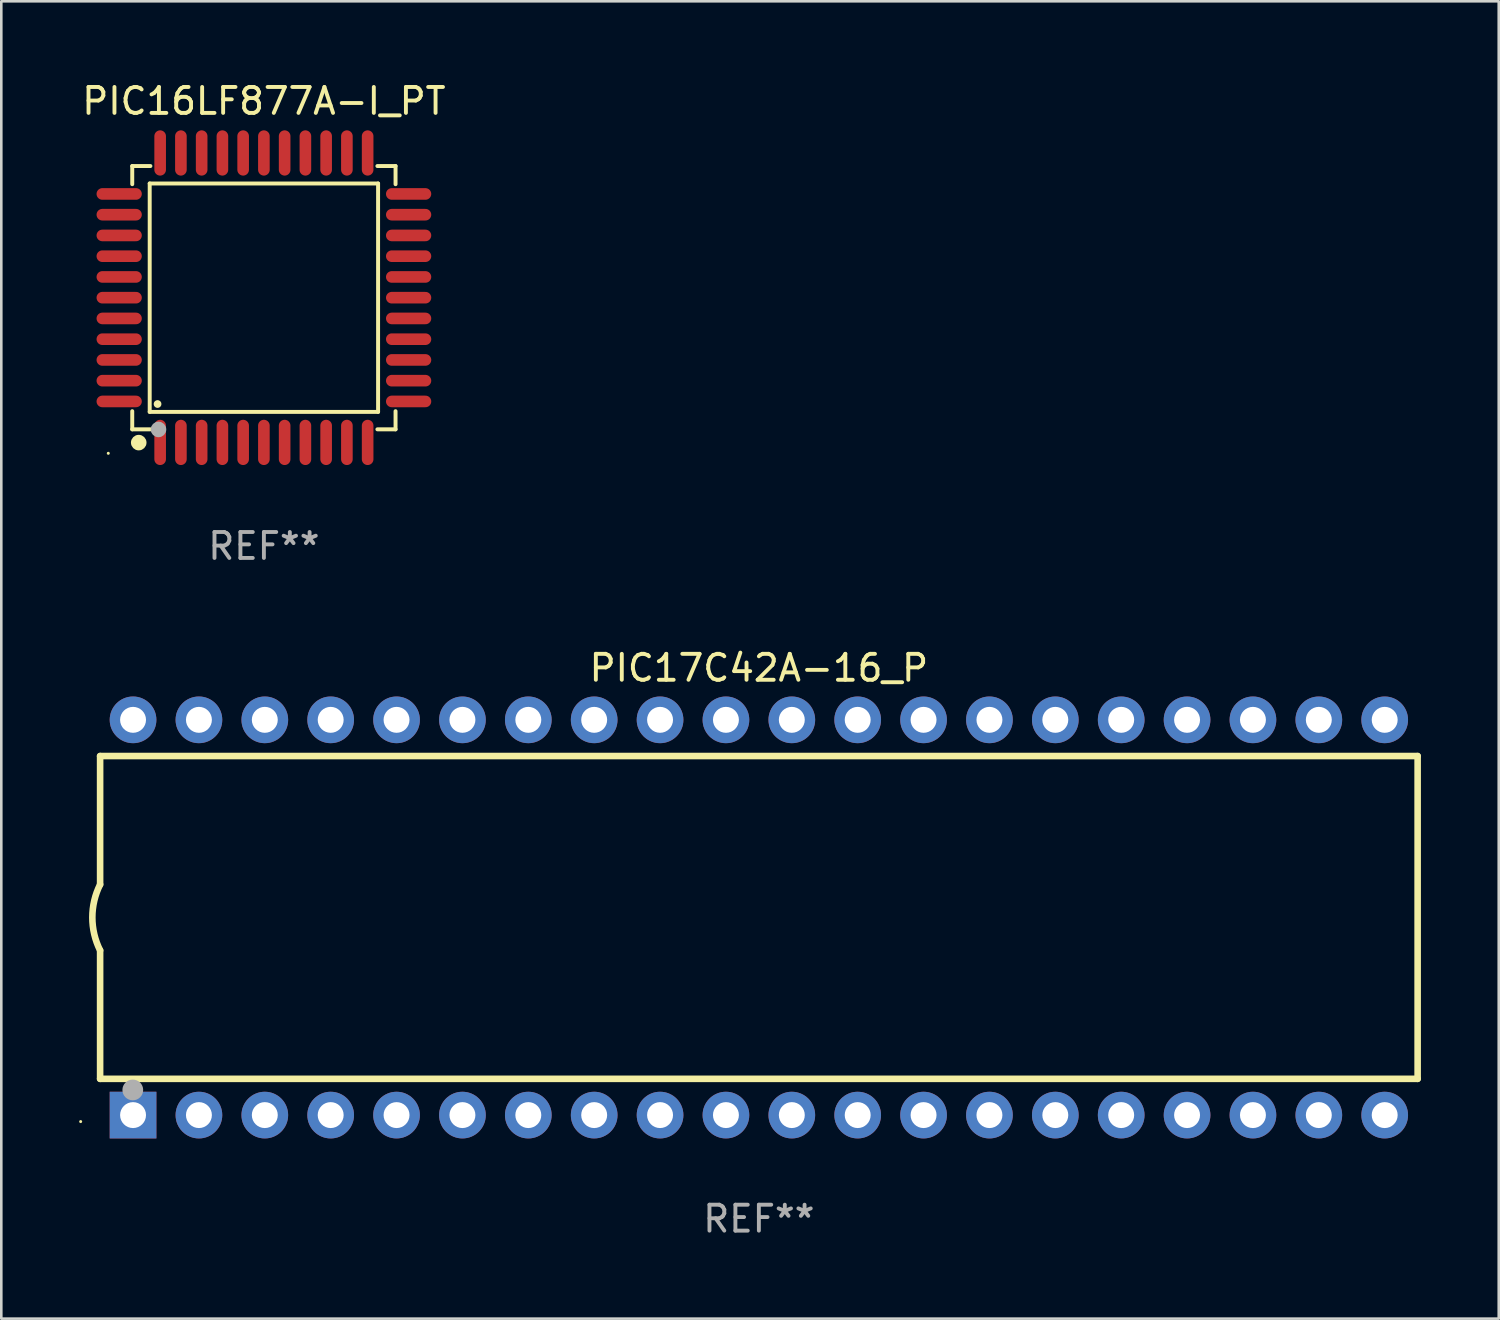
<source format=kicad_pcb>
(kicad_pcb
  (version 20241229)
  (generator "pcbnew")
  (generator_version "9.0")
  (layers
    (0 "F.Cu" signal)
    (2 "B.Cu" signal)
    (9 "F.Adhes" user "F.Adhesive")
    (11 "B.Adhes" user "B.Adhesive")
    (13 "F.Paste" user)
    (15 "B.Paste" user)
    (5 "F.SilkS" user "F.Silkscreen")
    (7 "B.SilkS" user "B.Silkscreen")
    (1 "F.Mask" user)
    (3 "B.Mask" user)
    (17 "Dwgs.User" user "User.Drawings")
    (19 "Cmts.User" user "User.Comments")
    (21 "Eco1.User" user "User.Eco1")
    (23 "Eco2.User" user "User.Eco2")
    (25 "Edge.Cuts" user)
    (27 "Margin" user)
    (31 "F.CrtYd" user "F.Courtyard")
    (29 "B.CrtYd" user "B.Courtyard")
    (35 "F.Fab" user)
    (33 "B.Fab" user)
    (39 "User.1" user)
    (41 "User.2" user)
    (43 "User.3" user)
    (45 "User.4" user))
  (footprint "PIC16LF877A-I_PT"
    (layer "F.Cu")
    (at 7.125 8.428)
    (property "Reference" "PIC16LF877A-I_PT" (at 0 -7.58 0) (layer "F.SilkS") (effects (font (size 1 1) (thickness 0.15))))
    (attr through_hole)
    (fp_line (start -5.076 -5.076) (end -5.076 -4.376) (stroke (width 0.152) (type solid)) (layer "F.SilkS"))
    (fp_line (start -5.076 5.076) (end -5.076 4.376) (stroke (width 0.152) (type solid)) (layer "F.SilkS"))
    (fp_line (start -4.403 -4.403) (end 4.403 -4.403) (stroke (width 0.152) (type solid)) (layer "F.SilkS"))
    (fp_line (start -4.403 4.403) (end -4.403 -4.403) (stroke (width 0.152) (type solid)) (layer "F.SilkS"))
    (fp_line (start -4.376 -5.076) (end -5.076 -5.076) (stroke (width 0.152) (type solid)) (layer "F.SilkS"))
    (fp_line (start -4.376 5.076) (end -5.076 5.076) (stroke (width 0.152) (type solid)) (layer "F.SilkS"))
    (fp_line (start 4.376 -5.076) (end 5.076 -5.076) (stroke (width 0.152) (type solid)) (layer "F.SilkS"))
    (fp_line (start 4.376 5.076) (end 5.076 5.076) (stroke (width 0.152) (type solid)) (layer "F.SilkS"))
    (fp_line (start 4.403 -4.403) (end 4.403 4.403) (stroke (width 0.152) (type solid)) (layer "F.SilkS"))
    (fp_line (start 4.403 4.403) (end -4.403 4.403) (stroke (width 0.152) (type solid)) (layer "F.SilkS"))
    (fp_line (start 5.076 -5.076) (end 5.076 -4.376) (stroke (width 0.152) (type solid)) (layer "F.SilkS"))
    (fp_line (start 5.076 5.076) (end 5.076 4.376) (stroke (width 0.152) (type solid)) (layer "F.SilkS"))
    (fp_circle (center -6 6) (end -5.97 6) (stroke (width 0.06) (type solid)) (fill no) (layer "F.SilkS"))
    (fp_circle (center -4.826 5.588) (end -4.676 5.588) (stroke (width 0.3) (type solid)) (fill no) (layer "F.SilkS"))
    (fp_circle (center -4.1 4.1) (end -4.025 4.1) (stroke (width 0.15) (type solid)) (fill no) (layer "F.SilkS"))
    (fp_circle (center -4.064 5.08) (end -3.914 5.08) (stroke (width 0.3) (type solid)) (fill no) (layer "F.Fab"))
    (fp_text user "REF**" (at 0 9.58 0) (layer "F.Fab") (effects (font (size 1 1) (thickness 0.15))))
    (pad "1" smd oval (at -4 5.58) (size 0.448 1.745) (layers "F.Cu" "F.Mask" "F.Paste"))
    (pad "2" smd oval (at -3.2 5.58) (size 0.448 1.745) (layers "F.Cu" "F.Mask" "F.Paste"))
    (pad "3" smd oval (at -2.4 5.58) (size 0.448 1.745) (layers "F.Cu" "F.Mask" "F.Paste"))
    (pad "4" smd oval (at -1.6 5.58) (size 0.448 1.745) (layers "F.Cu" "F.Mask" "F.Paste"))
    (pad "5" smd oval (at -0.8 5.58) (size 0.448 1.745) (layers "F.Cu" "F.Mask" "F.Paste"))
    (pad "6" smd oval (at 0 5.58) (size 0.448 1.745) (layers "F.Cu" "F.Mask" "F.Paste"))
    (pad "7" smd oval (at 0.8 5.58) (size 0.448 1.745) (layers "F.Cu" "F.Mask" "F.Paste"))
    (pad "8" smd oval (at 1.6 5.58) (size 0.448 1.745) (layers "F.Cu" "F.Mask" "F.Paste"))
    (pad "9" smd oval (at 2.4 5.58) (size 0.448 1.745) (layers "F.Cu" "F.Mask" "F.Paste"))
    (pad "10" smd oval (at 3.2 5.58) (size 0.448 1.745) (layers "F.Cu" "F.Mask" "F.Paste"))
    (pad "11" smd oval (at 4 5.58) (size 0.448 1.745) (layers "F.Cu" "F.Mask" "F.Paste"))
    (pad "12" smd oval (at 5.58 4) (size 1.745 0.448) (layers "F.Cu" "F.Mask" "F.Paste"))
    (pad "13" smd oval (at 5.58 3.2) (size 1.745 0.448) (layers "F.Cu" "F.Mask" "F.Paste"))
    (pad "14" smd oval (at 5.58 2.4) (size 1.745 0.448) (layers "F.Cu" "F.Mask" "F.Paste"))
    (pad "15" smd oval (at 5.58 1.6) (size 1.745 0.448) (layers "F.Cu" "F.Mask" "F.Paste"))
    (pad "16" smd oval (at 5.58 0.8) (size 1.745 0.448) (layers "F.Cu" "F.Mask" "F.Paste"))
    (pad "17" smd oval (at 5.58 0) (size 1.745 0.448) (layers "F.Cu" "F.Mask" "F.Paste"))
    (pad "18" smd oval (at 5.58 -0.8) (size 1.745 0.448) (layers "F.Cu" "F.Mask" "F.Paste"))
    (pad "19" smd oval (at 5.58 -1.6) (size 1.745 0.448) (layers "F.Cu" "F.Mask" "F.Paste"))
    (pad "20" smd oval (at 5.58 -2.4) (size 1.745 0.448) (layers "F.Cu" "F.Mask" "F.Paste"))
    (pad "21" smd oval (at 5.58 -3.2) (size 1.745 0.448) (layers "F.Cu" "F.Mask" "F.Paste"))
    (pad "22" smd oval (at 5.58 -4) (size 1.745 0.448) (layers "F.Cu" "F.Mask" "F.Paste"))
    (pad "23" smd oval (at 4 -5.58) (size 0.448 1.745) (layers "F.Cu" "F.Mask" "F.Paste"))
    (pad "24" smd oval (at 3.2 -5.58) (size 0.448 1.745) (layers "F.Cu" "F.Mask" "F.Paste"))
    (pad "25" smd oval (at 2.4 -5.58) (size 0.448 1.745) (layers "F.Cu" "F.Mask" "F.Paste"))
    (pad "26" smd oval (at 1.6 -5.58) (size 0.448 1.745) (layers "F.Cu" "F.Mask" "F.Paste"))
    (pad "27" smd oval (at 0.8 -5.58) (size 0.448 1.745) (layers "F.Cu" "F.Mask" "F.Paste"))
    (pad "28" smd oval (at 0 -5.58) (size 0.448 1.745) (layers "F.Cu" "F.Mask" "F.Paste"))
    (pad "29" smd oval (at -0.8 -5.58) (size 0.448 1.745) (layers "F.Cu" "F.Mask" "F.Paste"))
    (pad "30" smd oval (at -1.6 -5.58) (size 0.448 1.745) (layers "F.Cu" "F.Mask" "F.Paste"))
    (pad "31" smd oval (at -2.4 -5.58) (size 0.448 1.745) (layers "F.Cu" "F.Mask" "F.Paste"))
    (pad "32" smd oval (at -3.2 -5.58) (size 0.448 1.745) (layers "F.Cu" "F.Mask" "F.Paste"))
    (pad "33" smd oval (at -4 -5.58) (size 0.448 1.745) (layers "F.Cu" "F.Mask" "F.Paste"))
    (pad "34" smd oval (at -5.58 -4) (size 1.745 0.448) (layers "F.Cu" "F.Mask" "F.Paste"))
    (pad "35" smd oval (at -5.58 -3.2) (size 1.745 0.448) (layers "F.Cu" "F.Mask" "F.Paste"))
    (pad "36" smd oval (at -5.58 -2.4) (size 1.745 0.448) (layers "F.Cu" "F.Mask" "F.Paste"))
    (pad "37" smd oval (at -5.58 -1.6) (size 1.745 0.448) (layers "F.Cu" "F.Mask" "F.Paste"))
    (pad "38" smd oval (at -5.58 -0.8) (size 1.745 0.448) (layers "F.Cu" "F.Mask" "F.Paste"))
    (pad "39" smd oval (at -5.58 0) (size 1.745 0.448) (layers "F.Cu" "F.Mask" "F.Paste"))
    (pad "40" smd oval (at -5.58 0.8) (size 1.745 0.448) (layers "F.Cu" "F.Mask" "F.Paste"))
    (pad "41" smd oval (at -5.58 1.6) (size 1.745 0.448) (layers "F.Cu" "F.Mask" "F.Paste"))
    (pad "42" smd oval (at -5.58 2.4) (size 1.745 0.448) (layers "F.Cu" "F.Mask" "F.Paste"))
    (pad "43" smd oval (at -5.58 3.2) (size 1.745 0.448) (layers "F.Cu" "F.Mask" "F.Paste"))
    (pad "44" smd oval (at -5.58 4) (size 1.745 0.448) (layers "F.Cu" "F.Mask" "F.Paste")))
  (footprint "PIC17C42A-16_P"
    (layer "F.Cu")
    (at 26.21 32.325)
    (property "Reference" "PIC17C42A-16_P" (at 0 -9.62 0) (layer "F.SilkS") (effects (font (size 1 1) (thickness 0.15))))
    (attr through_hole)
    (fp_line (start -25.4 -6.224) (end -25.4 -1.271) (stroke (width 0.254) (type solid)) (layer "F.SilkS"))
    (fp_line (start -25.4 -6.224) (end 25.4 -6.224) (stroke (width 0.254) (type solid)) (layer "F.SilkS"))
    (fp_line (start -25.4 1.269) (end -25.4 6.222) (stroke (width 0.254) (type solid)) (layer "F.SilkS"))
    (fp_line (start -25.4 6.222) (end 25.4 6.222) (stroke (width 0.254) (type solid)) (layer "F.SilkS"))
    (fp_line (start 25.4 6.222) (end 25.4 -6.224) (stroke (width 0.254) (type solid)) (layer "F.SilkS"))
    (fp_arc (start -25.4 1.269241) (mid -25.699807 -0.000762) (end -25.4 -1.270765) (stroke (width 0.254001) (type solid)) (layer "F.SilkS"))
    (fp_circle (center -26.15 7.87) (end -26.12 7.87) (stroke (width 0.06) (type solid)) (fill no) (layer "F.SilkS"))
    (fp_circle (center -24.14 6.65) (end -23.94 6.65) (stroke (width 0.4) (type solid)) (fill no) (layer "F.Fab"))
    (fp_text user "REF**" (at 0 11.62 0) (layer "F.Fab") (effects (font (size 1 1) (thickness 0.15))))
    (pad "1" thru_hole rect (at -24.13 7.62 90) (size 1.8 1.8) (drill 1) (layers "*.Cu" "*.Mask"))
    (pad "2" thru_hole circle (at -21.59 7.62) (size 1.8 1.8) (drill 1) (layers "*.Cu" "*.Mask"))
    (pad "3" thru_hole circle (at -19.05 7.62) (size 1.8 1.8) (drill 1) (layers "*.Cu" "*.Mask"))
    (pad "4" thru_hole circle (at -16.51 7.62) (size 1.8 1.8) (drill 1) (layers "*.Cu" "*.Mask"))
    (pad "5" thru_hole circle (at -13.97 7.62) (size 1.8 1.8) (drill 1) (layers "*.Cu" "*.Mask"))
    (pad "6" thru_hole circle (at -11.43 7.62) (size 1.8 1.8) (drill 1) (layers "*.Cu" "*.Mask"))
    (pad "7" thru_hole circle (at -8.89 7.62) (size 1.8 1.8) (drill 1) (layers "*.Cu" "*.Mask"))
    (pad "8" thru_hole circle (at -6.35 7.62) (size 1.8 1.8) (drill 1) (layers "*.Cu" "*.Mask"))
    (pad "9" thru_hole circle (at -3.81 7.62) (size 1.8 1.8) (drill 1) (layers "*.Cu" "*.Mask"))
    (pad "10" thru_hole circle (at -1.27 7.62) (size 1.8 1.8) (drill 1) (layers "*.Cu" "*.Mask"))
    (pad "11" thru_hole circle (at 1.27 7.62) (size 1.8 1.8) (drill 1) (layers "*.Cu" "*.Mask"))
    (pad "12" thru_hole circle (at 3.81 7.62) (size 1.8 1.8) (drill 1) (layers "*.Cu" "*.Mask"))
    (pad "13" thru_hole circle (at 6.35 7.62) (size 1.8 1.8) (drill 1) (layers "*.Cu" "*.Mask"))
    (pad "14" thru_hole circle (at 8.89 7.62) (size 1.8 1.8) (drill 1) (layers "*.Cu" "*.Mask"))
    (pad "15" thru_hole circle (at 11.43 7.62) (size 1.8 1.8) (drill 1) (layers "*.Cu" "*.Mask"))
    (pad "16" thru_hole circle (at 13.97 7.62) (size 1.8 1.8) (drill 1) (layers "*.Cu" "*.Mask"))
    (pad "17" thru_hole circle (at 16.51 7.62) (size 1.8 1.8) (drill 1) (layers "*.Cu" "*.Mask"))
    (pad "18" thru_hole circle (at 19.05 7.62) (size 1.8 1.8) (drill 1) (layers "*.Cu" "*.Mask"))
    (pad "19" thru_hole circle (at 21.59 7.62) (size 1.8 1.8) (drill 1) (layers "*.Cu" "*.Mask"))
    (pad "20" thru_hole circle (at 24.13 7.62) (size 1.8 1.8) (drill 1) (layers "*.Cu" "*.Mask"))
    (pad "21" thru_hole circle (at 24.13 -7.62) (size 1.8 1.8) (drill 1) (layers "*.Cu" "*.Mask"))
    (pad "22" thru_hole circle (at 21.59 -7.62) (size 1.8 1.8) (drill 1) (layers "*.Cu" "*.Mask"))
    (pad "23" thru_hole circle (at 19.05 -7.62) (size 1.8 1.8) (drill 1) (layers "*.Cu" "*.Mask"))
    (pad "24" thru_hole circle (at 16.51 -7.62) (size 1.8 1.8) (drill 1) (layers "*.Cu" "*.Mask"))
    (pad "25" thru_hole circle (at 13.97 -7.62) (size 1.8 1.8) (drill 1) (layers "*.Cu" "*.Mask"))
    (pad "26" thru_hole circle (at 11.43 -7.62) (size 1.8 1.8) (drill 1) (layers "*.Cu" "*.Mask"))
    (pad "27" thru_hole circle (at 8.89 -7.62) (size 1.8 1.8) (drill 1) (layers "*.Cu" "*.Mask"))
    (pad "28" thru_hole circle (at 6.35 -7.62) (size 1.8 1.8) (drill 1) (layers "*.Cu" "*.Mask"))
    (pad "29" thru_hole circle (at 3.81 -7.62) (size 1.8 1.8) (drill 1) (layers "*.Cu" "*.Mask"))
    (pad "30" thru_hole circle (at 1.27 -7.62) (size 1.8 1.8) (drill 1) (layers "*.Cu" "*.Mask"))
    (pad "31" thru_hole circle (at -1.27 -7.62) (size 1.8 1.8) (drill 1) (layers "*.Cu" "*.Mask"))
    (pad "32" thru_hole circle (at -3.81 -7.62) (size 1.8 1.8) (drill 1) (layers "*.Cu" "*.Mask"))
    (pad "33" thru_hole circle (at -6.35 -7.62) (size 1.8 1.8) (drill 1) (layers "*.Cu" "*.Mask"))
    (pad "34" thru_hole circle (at -8.89 -7.62) (size 1.8 1.8) (drill 1) (layers "*.Cu" "*.Mask"))
    (pad "35" thru_hole circle (at -11.43 -7.62) (size 1.8 1.8) (drill 1) (layers "*.Cu" "*.Mask"))
    (pad "36" thru_hole circle (at -13.97 -7.62) (size 1.8 1.8) (drill 1) (layers "*.Cu" "*.Mask"))
    (pad "37" thru_hole circle (at -16.51 -7.62) (size 1.8 1.8) (drill 1) (layers "*.Cu" "*.Mask"))
    (pad "38" thru_hole circle (at -19.05 -7.62) (size 1.8 1.8) (drill 1) (layers "*.Cu" "*.Mask"))
    (pad "39" thru_hole circle (at -21.59 -7.62) (size 1.8 1.8) (drill 1) (layers "*.Cu" "*.Mask"))
    (pad "40" thru_hole circle (at -24.13 -7.62) (size 1.8 1.8) (drill 1) (layers "*.Cu" "*.Mask")))
  (gr_rect
    (start -3 -3)
    (end 54.737 47.793)
    (stroke (width 0.1) (type default))
    (fill no)
    (layer "Edge.Cuts")))
</source>
